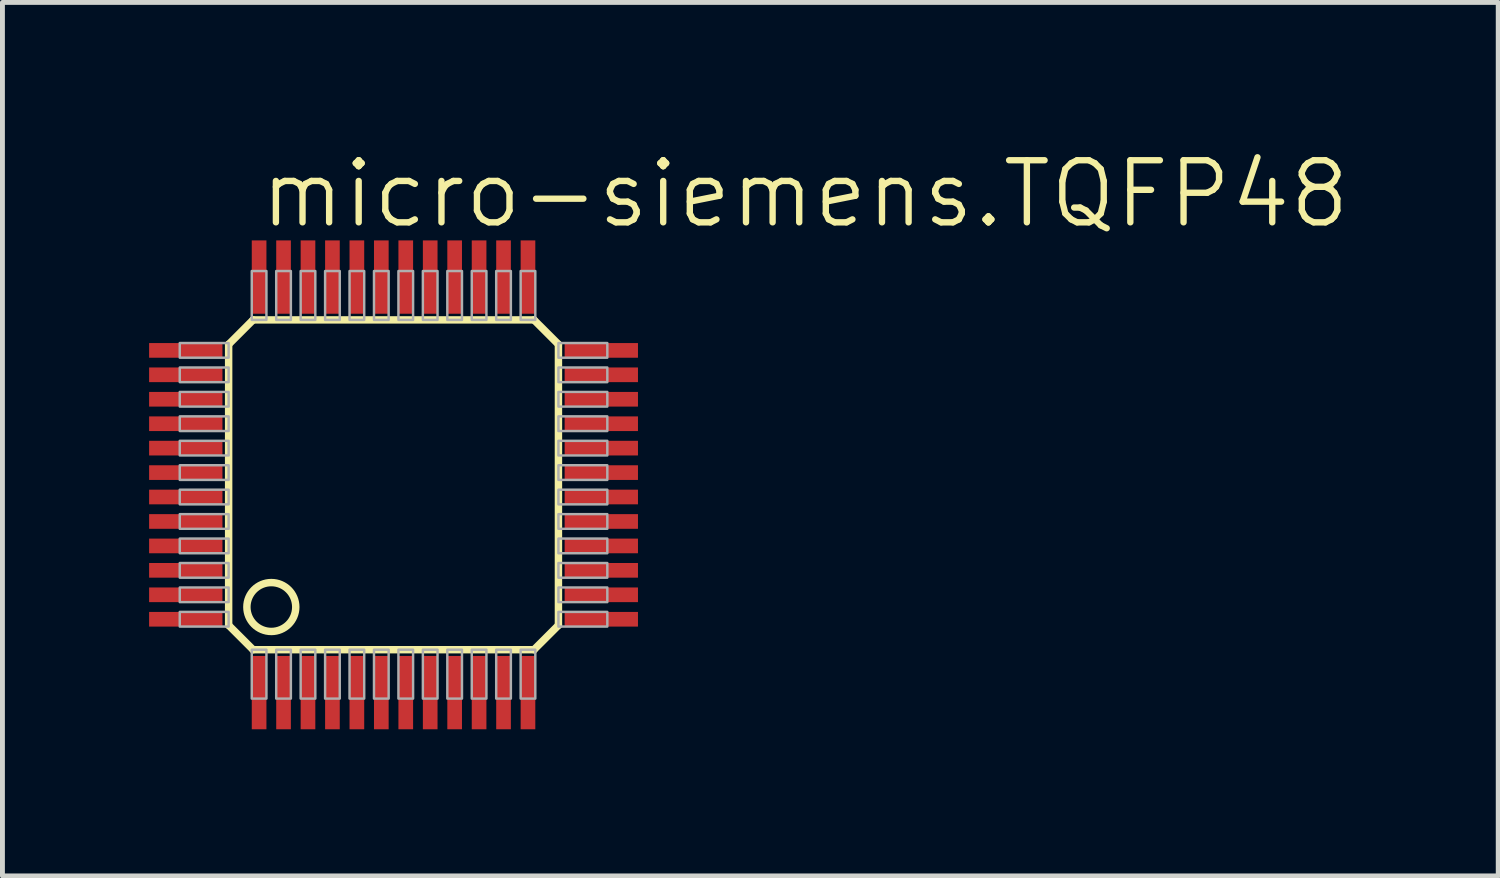
<source format=kicad_pcb>
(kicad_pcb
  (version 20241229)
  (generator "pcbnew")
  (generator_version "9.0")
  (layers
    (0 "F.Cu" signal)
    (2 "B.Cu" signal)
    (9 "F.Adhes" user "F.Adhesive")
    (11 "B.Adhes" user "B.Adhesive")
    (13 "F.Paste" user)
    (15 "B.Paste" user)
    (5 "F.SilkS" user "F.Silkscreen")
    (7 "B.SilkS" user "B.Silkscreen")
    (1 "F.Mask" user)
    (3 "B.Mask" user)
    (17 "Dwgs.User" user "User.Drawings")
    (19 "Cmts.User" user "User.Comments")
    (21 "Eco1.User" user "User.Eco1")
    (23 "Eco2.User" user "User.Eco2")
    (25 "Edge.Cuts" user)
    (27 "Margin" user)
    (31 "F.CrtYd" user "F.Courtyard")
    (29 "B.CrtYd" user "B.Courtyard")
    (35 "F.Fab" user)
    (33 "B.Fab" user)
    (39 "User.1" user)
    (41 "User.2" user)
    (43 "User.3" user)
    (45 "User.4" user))
  (footprint "micro-siemens.TQFP48"
    (layer "F.Cu")
    (at 5 6.867)
    (property "Reference" "micro-siemens.TQFP48" (at -2.794 -5.207 0) (layer "F.SilkS") (effects (font (size 1.27 1.27) (thickness 0.13)) (justify left bottom)))
    (attr smd)
    (fp_line (start -3.373 -2.873) (end -3.373 2.873) (stroke (width 0.152) (type default)) (layer "F.SilkS"))
    (fp_line (start -3.373 2.873) (end -2.873 3.373) (stroke (width 0.152) (type default)) (layer "F.SilkS"))
    (fp_line (start -2.873 -3.373) (end -3.373 -2.873) (stroke (width 0.152) (type default)) (layer "F.SilkS"))
    (fp_line (start -2.873 3.373) (end 2.873 3.373) (stroke (width 0.152) (type default)) (layer "F.SilkS"))
    (fp_line (start 2.873 -3.373) (end -2.873 -3.373) (stroke (width 0.152) (type default)) (layer "F.SilkS"))
    (fp_line (start 2.873 3.373) (end 3.373 2.873) (stroke (width 0.152) (type default)) (layer "F.SilkS"))
    (fp_line (start 3.373 -2.873) (end 2.873 -3.373) (stroke (width 0.152) (type default)) (layer "F.SilkS"))
    (fp_line (start 3.373 2.873) (end 3.373 -2.873) (stroke (width 0.152) (type default)) (layer "F.SilkS"))
    (fp_circle (center -2.5 2.5) (end -2 2.5) (stroke (width 0.152) (type default)) (fill no) (layer "F.SilkS"))
    (fp_rect (start -4.373 -2.6) (end -3.373 -2.9) (stroke (width 0.05) (type default)) (fill no) (layer "F.Fab"))
    (fp_rect (start -4.373 -2.1) (end -3.373 -2.4) (stroke (width 0.05) (type default)) (fill no) (layer "F.Fab"))
    (fp_rect (start -4.373 -1.6) (end -3.373 -1.9) (stroke (width 0.05) (type default)) (fill no) (layer "F.Fab"))
    (fp_rect (start -4.373 -1.1) (end -3.373 -1.4) (stroke (width 0.05) (type default)) (fill no) (layer "F.Fab"))
    (fp_rect (start -4.373 -0.6) (end -3.373 -0.9) (stroke (width 0.05) (type default)) (fill no) (layer "F.Fab"))
    (fp_rect (start -4.373 -0.1) (end -3.373 -0.4) (stroke (width 0.05) (type default)) (fill no) (layer "F.Fab"))
    (fp_rect (start -4.373 0.4) (end -3.373 0.1) (stroke (width 0.05) (type default)) (fill no) (layer "F.Fab"))
    (fp_rect (start -4.373 0.9) (end -3.373 0.6) (stroke (width 0.05) (type default)) (fill no) (layer "F.Fab"))
    (fp_rect (start -4.373 1.4) (end -3.373 1.1) (stroke (width 0.05) (type default)) (fill no) (layer "F.Fab"))
    (fp_rect (start -4.373 1.9) (end -3.373 1.6) (stroke (width 0.05) (type default)) (fill no) (layer "F.Fab"))
    (fp_rect (start -4.373 2.4) (end -3.373 2.1) (stroke (width 0.05) (type default)) (fill no) (layer "F.Fab"))
    (fp_rect (start -4.373 2.9) (end -3.373 2.6) (stroke (width 0.05) (type default)) (fill no) (layer "F.Fab"))
    (fp_rect (start -2.9 -3.373) (end -2.6 -4.373) (stroke (width 0.05) (type default)) (fill no) (layer "F.Fab"))
    (fp_rect (start -2.9 4.373) (end -2.6 3.373) (stroke (width 0.05) (type default)) (fill no) (layer "F.Fab"))
    (fp_rect (start -2.4 -3.373) (end -2.1 -4.373) (stroke (width 0.05) (type default)) (fill no) (layer "F.Fab"))
    (fp_rect (start -2.4 4.373) (end -2.1 3.373) (stroke (width 0.05) (type default)) (fill no) (layer "F.Fab"))
    (fp_rect (start -1.9 -3.373) (end -1.6 -4.373) (stroke (width 0.05) (type default)) (fill no) (layer "F.Fab"))
    (fp_rect (start -1.9 4.373) (end -1.6 3.373) (stroke (width 0.05) (type default)) (fill no) (layer "F.Fab"))
    (fp_rect (start -1.4 -3.373) (end -1.1 -4.373) (stroke (width 0.05) (type default)) (fill no) (layer "F.Fab"))
    (fp_rect (start -1.4 4.373) (end -1.1 3.373) (stroke (width 0.05) (type default)) (fill no) (layer "F.Fab"))
    (fp_rect (start -0.9 -3.373) (end -0.6 -4.373) (stroke (width 0.05) (type default)) (fill no) (layer "F.Fab"))
    (fp_rect (start -0.9 4.373) (end -0.6 3.373) (stroke (width 0.05) (type default)) (fill no) (layer "F.Fab"))
    (fp_rect (start -0.4 -3.373) (end -0.1 -4.373) (stroke (width 0.05) (type default)) (fill no) (layer "F.Fab"))
    (fp_rect (start -0.4 4.373) (end -0.1 3.373) (stroke (width 0.05) (type default)) (fill no) (layer "F.Fab"))
    (fp_rect (start 0.1 -3.373) (end 0.4 -4.373) (stroke (width 0.05) (type default)) (fill no) (layer "F.Fab"))
    (fp_rect (start 0.1 4.373) (end 0.4 3.373) (stroke (width 0.05) (type default)) (fill no) (layer "F.Fab"))
    (fp_rect (start 0.6 -3.373) (end 0.9 -4.373) (stroke (width 0.05) (type default)) (fill no) (layer "F.Fab"))
    (fp_rect (start 0.6 4.373) (end 0.9 3.373) (stroke (width 0.05) (type default)) (fill no) (layer "F.Fab"))
    (fp_rect (start 1.1 -3.373) (end 1.4 -4.373) (stroke (width 0.05) (type default)) (fill no) (layer "F.Fab"))
    (fp_rect (start 1.1 4.373) (end 1.4 3.373) (stroke (width 0.05) (type default)) (fill no) (layer "F.Fab"))
    (fp_rect (start 1.6 -3.373) (end 1.9 -4.373) (stroke (width 0.05) (type default)) (fill no) (layer "F.Fab"))
    (fp_rect (start 1.6 4.373) (end 1.9 3.373) (stroke (width 0.05) (type default)) (fill no) (layer "F.Fab"))
    (fp_rect (start 2.1 -3.373) (end 2.4 -4.373) (stroke (width 0.05) (type default)) (fill no) (layer "F.Fab"))
    (fp_rect (start 2.1 4.373) (end 2.4 3.373) (stroke (width 0.05) (type default)) (fill no) (layer "F.Fab"))
    (fp_rect (start 2.6 -3.373) (end 2.9 -4.373) (stroke (width 0.05) (type default)) (fill no) (layer "F.Fab"))
    (fp_rect (start 2.6 4.373) (end 2.9 3.373) (stroke (width 0.05) (type default)) (fill no) (layer "F.Fab"))
    (fp_rect (start 3.373 -2.6) (end 4.373 -2.9) (stroke (width 0.05) (type default)) (fill no) (layer "F.Fab"))
    (fp_rect (start 3.373 -2.1) (end 4.373 -2.4) (stroke (width 0.05) (type default)) (fill no) (layer "F.Fab"))
    (fp_rect (start 3.373 -1.6) (end 4.373 -1.9) (stroke (width 0.05) (type default)) (fill no) (layer "F.Fab"))
    (fp_rect (start 3.373 -1.1) (end 4.373 -1.4) (stroke (width 0.05) (type default)) (fill no) (layer "F.Fab"))
    (fp_rect (start 3.373 -0.6) (end 4.373 -0.9) (stroke (width 0.05) (type default)) (fill no) (layer "F.Fab"))
    (fp_rect (start 3.373 -0.1) (end 4.373 -0.4) (stroke (width 0.05) (type default)) (fill no) (layer "F.Fab"))
    (fp_rect (start 3.373 0.4) (end 4.373 0.1) (stroke (width 0.05) (type default)) (fill no) (layer "F.Fab"))
    (fp_rect (start 3.373 0.9) (end 4.373 0.6) (stroke (width 0.05) (type default)) (fill no) (layer "F.Fab"))
    (fp_rect (start 3.373 1.4) (end 4.373 1.1) (stroke (width 0.05) (type default)) (fill no) (layer "F.Fab"))
    (fp_rect (start 3.373 1.9) (end 4.373 1.6) (stroke (width 0.05) (type default)) (fill no) (layer "F.Fab"))
    (fp_rect (start 3.373 2.4) (end 4.373 2.1) (stroke (width 0.05) (type default)) (fill no) (layer "F.Fab"))
    (fp_rect (start 3.373 2.9) (end 4.373 2.6) (stroke (width 0.05) (type default)) (fill no) (layer "F.Fab"))
    (pad "1" smd roundrect (at -2.75 4.25) (size 0.3 1.5) (layers "F.Cu" "F.Mask" "F.Paste") (roundrect_rratio 0.01))
    (pad "2" smd roundrect (at -2.25 4.25) (size 0.3 1.5) (layers "F.Cu" "F.Mask" "F.Paste") (roundrect_rratio 0.01))
    (pad "3" smd roundrect (at -1.75 4.25) (size 0.3 1.5) (layers "F.Cu" "F.Mask" "F.Paste") (roundrect_rratio 0.01))
    (pad "4" smd roundrect (at -1.25 4.25) (size 0.3 1.5) (layers "F.Cu" "F.Mask" "F.Paste") (roundrect_rratio 0.01))
    (pad "5" smd roundrect (at -0.75 4.25) (size 0.3 1.5) (layers "F.Cu" "F.Mask" "F.Paste") (roundrect_rratio 0.01))
    (pad "6" smd roundrect (at -0.25 4.25) (size 0.3 1.5) (layers "F.Cu" "F.Mask" "F.Paste") (roundrect_rratio 0.01))
    (pad "7" smd roundrect (at 0.25 4.25) (size 0.3 1.5) (layers "F.Cu" "F.Mask" "F.Paste") (roundrect_rratio 0.01))
    (pad "8" smd roundrect (at 0.75 4.25) (size 0.3 1.5) (layers "F.Cu" "F.Mask" "F.Paste") (roundrect_rratio 0.01))
    (pad "9" smd roundrect (at 1.25 4.25) (size 0.3 1.5) (layers "F.Cu" "F.Mask" "F.Paste") (roundrect_rratio 0.01))
    (pad "10" smd roundrect (at 1.75 4.25) (size 0.3 1.5) (layers "F.Cu" "F.Mask" "F.Paste") (roundrect_rratio 0.01))
    (pad "11" smd roundrect (at 2.25 4.25) (size 0.3 1.5) (layers "F.Cu" "F.Mask" "F.Paste") (roundrect_rratio 0.01))
    (pad "12" smd roundrect (at 2.75 4.25) (size 0.3 1.5) (layers "F.Cu" "F.Mask" "F.Paste") (roundrect_rratio 0.01))
    (pad "13" smd roundrect (at 4.25 2.75) (size 1.5 0.3) (layers "F.Cu" "F.Mask" "F.Paste") (roundrect_rratio 0.01))
    (pad "14" smd roundrect (at 4.25 2.25) (size 1.5 0.3) (layers "F.Cu" "F.Mask" "F.Paste") (roundrect_rratio 0.01))
    (pad "15" smd roundrect (at 4.25 1.75) (size 1.5 0.3) (layers "F.Cu" "F.Mask" "F.Paste") (roundrect_rratio 0.01))
    (pad "16" smd roundrect (at 4.25 1.25) (size 1.5 0.3) (layers "F.Cu" "F.Mask" "F.Paste") (roundrect_rratio 0.01))
    (pad "17" smd roundrect (at 4.25 0.75) (size 1.5 0.3) (layers "F.Cu" "F.Mask" "F.Paste") (roundrect_rratio 0.01))
    (pad "18" smd roundrect (at 4.25 0.25) (size 1.5 0.3) (layers "F.Cu" "F.Mask" "F.Paste") (roundrect_rratio 0.01))
    (pad "19" smd roundrect (at 4.25 -0.25) (size 1.5 0.3) (layers "F.Cu" "F.Mask" "F.Paste") (roundrect_rratio 0.01))
    (pad "20" smd roundrect (at 4.25 -0.75) (size 1.5 0.3) (layers "F.Cu" "F.Mask" "F.Paste") (roundrect_rratio 0.01))
    (pad "21" smd roundrect (at 4.25 -1.25) (size 1.5 0.3) (layers "F.Cu" "F.Mask" "F.Paste") (roundrect_rratio 0.01))
    (pad "22" smd roundrect (at 4.25 -1.75) (size 1.5 0.3) (layers "F.Cu" "F.Mask" "F.Paste") (roundrect_rratio 0.01))
    (pad "23" smd roundrect (at 4.25 -2.25) (size 1.5 0.3) (layers "F.Cu" "F.Mask" "F.Paste") (roundrect_rratio 0.01))
    (pad "24" smd roundrect (at 4.25 -2.75) (size 1.5 0.3) (layers "F.Cu" "F.Mask" "F.Paste") (roundrect_rratio 0.01))
    (pad "25" smd roundrect (at 2.75 -4.25) (size 0.3 1.5) (layers "F.Cu" "F.Mask" "F.Paste") (roundrect_rratio 0.01))
    (pad "26" smd roundrect (at 2.25 -4.25) (size 0.3 1.5) (layers "F.Cu" "F.Mask" "F.Paste") (roundrect_rratio 0.01))
    (pad "27" smd roundrect (at 1.75 -4.25) (size 0.3 1.5) (layers "F.Cu" "F.Mask" "F.Paste") (roundrect_rratio 0.01))
    (pad "28" smd roundrect (at 1.25 -4.25) (size 0.3 1.5) (layers "F.Cu" "F.Mask" "F.Paste") (roundrect_rratio 0.01))
    (pad "29" smd roundrect (at 0.75 -4.25) (size 0.3 1.5) (layers "F.Cu" "F.Mask" "F.Paste") (roundrect_rratio 0.01))
    (pad "30" smd roundrect (at 0.25 -4.25) (size 0.3 1.5) (layers "F.Cu" "F.Mask" "F.Paste") (roundrect_rratio 0.01))
    (pad "31" smd roundrect (at -0.25 -4.25) (size 0.3 1.5) (layers "F.Cu" "F.Mask" "F.Paste") (roundrect_rratio 0.01))
    (pad "32" smd roundrect (at -0.75 -4.25) (size 0.3 1.5) (layers "F.Cu" "F.Mask" "F.Paste") (roundrect_rratio 0.01))
    (pad "33" smd roundrect (at -1.25 -4.25) (size 0.3 1.5) (layers "F.Cu" "F.Mask" "F.Paste") (roundrect_rratio 0.01))
    (pad "34" smd roundrect (at -1.75 -4.25) (size 0.3 1.5) (layers "F.Cu" "F.Mask" "F.Paste") (roundrect_rratio 0.01))
    (pad "35" smd roundrect (at -2.25 -4.25) (size 0.3 1.5) (layers "F.Cu" "F.Mask" "F.Paste") (roundrect_rratio 0.01))
    (pad "36" smd roundrect (at -2.75 -4.25) (size 0.3 1.5) (layers "F.Cu" "F.Mask" "F.Paste") (roundrect_rratio 0.01))
    (pad "37" smd roundrect (at -4.25 -2.75) (size 1.5 0.3) (layers "F.Cu" "F.Mask" "F.Paste") (roundrect_rratio 0.01))
    (pad "38" smd roundrect (at -4.25 -2.25) (size 1.5 0.3) (layers "F.Cu" "F.Mask" "F.Paste") (roundrect_rratio 0.01))
    (pad "39" smd roundrect (at -4.25 -1.75) (size 1.5 0.3) (layers "F.Cu" "F.Mask" "F.Paste") (roundrect_rratio 0.01))
    (pad "40" smd roundrect (at -4.25 -1.25) (size 1.5 0.3) (layers "F.Cu" "F.Mask" "F.Paste") (roundrect_rratio 0.01))
    (pad "41" smd roundrect (at -4.25 -0.75) (size 1.5 0.3) (layers "F.Cu" "F.Mask" "F.Paste") (roundrect_rratio 0.01))
    (pad "42" smd roundrect (at -4.25 -0.25) (size 1.5 0.3) (layers "F.Cu" "F.Mask" "F.Paste") (roundrect_rratio 0.01))
    (pad "43" smd roundrect (at -4.25 0.25) (size 1.5 0.3) (layers "F.Cu" "F.Mask" "F.Paste") (roundrect_rratio 0.01))
    (pad "44" smd roundrect (at -4.25 0.75) (size 1.5 0.3) (layers "F.Cu" "F.Mask" "F.Paste") (roundrect_rratio 0.01))
    (pad "45" smd roundrect (at -4.25 1.25) (size 1.5 0.3) (layers "F.Cu" "F.Mask" "F.Paste") (roundrect_rratio 0.01))
    (pad "46" smd roundrect (at -4.25 1.75) (size 1.5 0.3) (layers "F.Cu" "F.Mask" "F.Paste") (roundrect_rratio 0.01))
    (pad "47" smd roundrect (at -4.25 2.25) (size 1.5 0.3) (layers "F.Cu" "F.Mask" "F.Paste") (roundrect_rratio 0.01))
    (pad "48" smd roundrect (at -4.25 2.75) (size 1.5 0.3) (layers "F.Cu" "F.Mask" "F.Paste") (roundrect_rratio 0.01)))
  (gr_rect
    (start -3 -3)
    (end 27.597 14.867)
    (stroke (width 0.1) (type default))
    (fill no)
    (layer "Edge.Cuts")))
</source>
